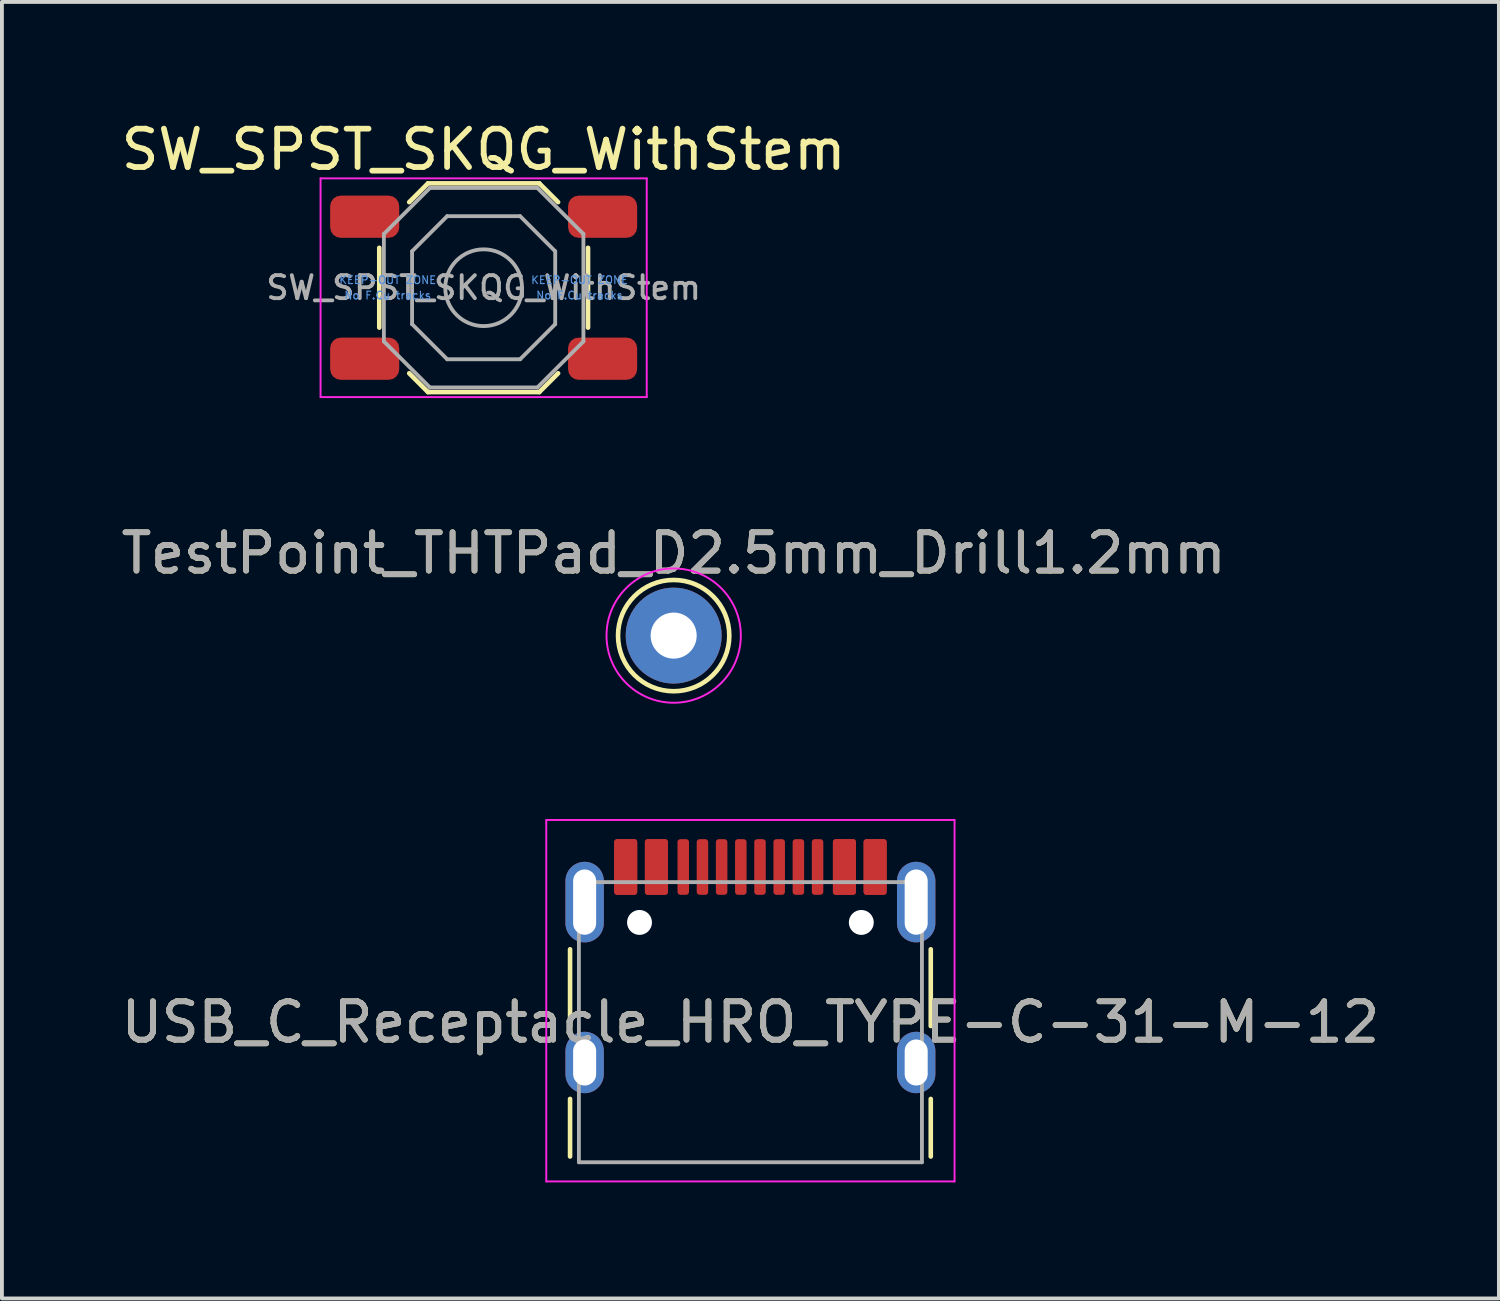
<source format=kicad_pcb>
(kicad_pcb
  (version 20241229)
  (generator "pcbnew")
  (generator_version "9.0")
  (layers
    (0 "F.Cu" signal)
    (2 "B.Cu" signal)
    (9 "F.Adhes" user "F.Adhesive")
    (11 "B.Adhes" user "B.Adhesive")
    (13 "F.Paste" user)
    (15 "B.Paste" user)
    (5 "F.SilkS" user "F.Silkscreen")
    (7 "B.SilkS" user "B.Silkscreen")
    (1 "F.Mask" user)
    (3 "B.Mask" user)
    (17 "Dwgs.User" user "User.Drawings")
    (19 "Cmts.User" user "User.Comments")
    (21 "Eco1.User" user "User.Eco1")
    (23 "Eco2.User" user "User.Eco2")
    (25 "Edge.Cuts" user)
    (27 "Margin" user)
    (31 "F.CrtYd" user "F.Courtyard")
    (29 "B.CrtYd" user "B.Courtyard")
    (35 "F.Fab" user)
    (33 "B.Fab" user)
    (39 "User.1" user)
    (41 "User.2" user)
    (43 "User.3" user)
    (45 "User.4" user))
  (footprint "SW_SPST_SKQG_WithStem"
    (layer "F.Cu")
    (at 9.554 4.448)
    (property "Reference" "SW_SPST_SKQG_WithStem" (at 0 -3.6 0) (layer "F.SilkS") (effects (font (size 1 1) (thickness 0.15))))
    (attr smd)
    (fp_line (start -2.72 1.04) (end -2.72 -1.04) (stroke (width 0.12) (type solid)) (layer "F.SilkS"))
    (fp_line (start -1.45 -2.72) (end -1.94 -2.23) (stroke (width 0.12) (type solid)) (layer "F.SilkS"))
    (fp_line (start -1.45 -2.72) (end 1.45 -2.72) (stroke (width 0.12) (type solid)) (layer "F.SilkS"))
    (fp_line (start -1.45 2.72) (end -1.94 2.23) (stroke (width 0.12) (type solid)) (layer "F.SilkS"))
    (fp_line (start -1.45 2.72) (end 1.45 2.72) (stroke (width 0.12) (type solid)) (layer "F.SilkS"))
    (fp_line (start 1.45 -2.72) (end 1.94 -2.23) (stroke (width 0.12) (type solid)) (layer "F.SilkS"))
    (fp_line (start 1.45 2.72) (end 1.94 2.23) (stroke (width 0.12) (type solid)) (layer "F.SilkS"))
    (fp_line (start 2.72 1.04) (end 2.72 -1.04) (stroke (width 0.12) (type solid)) (layer "F.SilkS"))
    (fp_line (start -4.25 -2.85) (end -4.25 2.85) (stroke (width 0.05) (type solid)) (layer "F.CrtYd"))
    (fp_line (start -4.25 2.85) (end 4.25 2.85) (stroke (width 0.05) (type solid)) (layer "F.CrtYd"))
    (fp_line (start 4.25 -2.85) (end -4.25 -2.85) (stroke (width 0.05) (type solid)) (layer "F.CrtYd"))
    (fp_line (start 4.25 2.85) (end 4.25 -2.85) (stroke (width 0.05) (type solid)) (layer "F.CrtYd"))
    (fp_line (start -2.6 -1.4) (end -1.4 -2.6) (stroke (width 0.1) (type solid)) (layer "F.Fab"))
    (fp_line (start -2.6 1.4) (end -2.6 -1.4) (stroke (width 0.1) (type solid)) (layer "F.Fab"))
    (fp_line (start -1.865 0.95) (end -1.865 -0.95) (stroke (width 0.1) (type solid)) (layer "F.Fab"))
    (fp_line (start -1.4 -2.6) (end 1.4 -2.6) (stroke (width 0.1) (type solid)) (layer "F.Fab"))
    (fp_line (start -1.4 2.6) (end -2.6 1.4) (stroke (width 0.1) (type solid)) (layer "F.Fab"))
    (fp_line (start -0.95 -1.865) (end -1.865 -0.95) (stroke (width 0.1) (type solid)) (layer "F.Fab"))
    (fp_line (start -0.95 -1.865) (end 0.95 -1.865) (stroke (width 0.1) (type solid)) (layer "F.Fab"))
    (fp_line (start -0.95 1.865) (end -1.865 0.95) (stroke (width 0.1) (type solid)) (layer "F.Fab"))
    (fp_line (start 0.95 -1.865) (end 1.865 -0.95) (stroke (width 0.1) (type solid)) (layer "F.Fab"))
    (fp_line (start 0.95 1.865) (end -0.95 1.865) (stroke (width 0.1) (type solid)) (layer "F.Fab"))
    (fp_line (start 0.95 1.865) (end 1.865 0.95) (stroke (width 0.1) (type solid)) (layer "F.Fab"))
    (fp_line (start 1.4 -2.6) (end 2.6 -1.4) (stroke (width 0.1) (type solid)) (layer "F.Fab"))
    (fp_line (start 1.4 2.6) (end -1.4 2.6) (stroke (width 0.1) (type solid)) (layer "F.Fab"))
    (fp_line (start 1.865 -0.95) (end 1.865 0.95) (stroke (width 0.1) (type solid)) (layer "F.Fab"))
    (fp_line (start 2.6 -1.4) (end 2.6 1.4) (stroke (width 0.1) (type solid)) (layer "F.Fab"))
    (fp_line (start 2.6 1.4) (end 1.4 2.6) (stroke (width 0.1) (type solid)) (layer "F.Fab"))
    (fp_circle (center 0 0) (end 1 0) (stroke (width 0.1) (type solid)) (fill no) (layer "F.Fab"))
    (fp_poly (pts (arc (start 4.541185 -2.255185) (mid 4.318 -2.794) (end 3.779185 -3.017185)) (arc (start -3.81 -3.017185) (mid -4.348815 -2.794) (end -4.572 -2.255185)) (arc (start -4.572 2.255185) (mid -4.348815 2.794) (end -3.81 3.017185)) (arc (start 3.779185 3.017185) (mid 4.318 2.794) (end 4.541185 2.255185))) (stroke (width 0.1) (type solid)) (fill no) (layer "User.4"))
    (fp_circle (center 0 0) (end 1.3 0) (stroke (width 0.1) (type default)) (fill no) (layer "User.6"))
    (fp_text user "No F.Cu tracks" (at -2.5 0.2 0) (layer "Cmts.User") (effects (font (size 0.2 0.2) (thickness 0.03))))
    (fp_text user "KEEP-OUT ZONE" (at -2.5 -0.2 0) (layer "Cmts.User") (effects (font (size 0.2 0.2) (thickness 0.03))))
    (fp_text user "No F.Cu tracks" (at 2.5 0.2 0) (layer "Cmts.User") (effects (font (size 0.2 0.2) (thickness 0.03))))
    (fp_text user "KEEP-OUT ZONE" (at 2.5 -0.2 0) (layer "Cmts.User") (effects (font (size 0.2 0.2) (thickness 0.03))))
    (fp_text user "${REFERENCE}" (at 0 0 0) (layer "F.Fab") (effects (font (size 0.6 0.6) (thickness 0.1) (bold yes))))
    (pad "1" smd roundrect (at -3.1 -1.85) (size 1.8 1.1) (layers "F.Cu" "F.Mask" "F.Paste") (roundrect_rratio 0.25))
    (pad "1" smd roundrect (at 3.1 -1.85) (size 1.8 1.1) (layers "F.Cu" "F.Mask" "F.Paste") (roundrect_rratio 0.25))
    (pad "2" smd roundrect (at -3.1 1.85) (size 1.8 1.1) (layers "F.Cu" "F.Mask" "F.Paste") (roundrect_rratio 0.25))
    (pad "2" smd roundrect (at 3.1 1.85) (size 1.8 1.1) (layers "F.Cu" "F.Mask" "F.Paste") (roundrect_rratio 0.25))
    (zone (net_name "") (layer "F.Cu") (hatch full 0.508) (connect_pads) (min_thickness 0.254) (filled_areas_thickness no) (keepout (tracks not_allowed) (vias not_allowed) (pads not_allowed) (copperpour not_allowed) (footprints not_allowed)) (placement (enabled no)) (fill) (polygon (pts (xy 5.554 3.148) (xy 8.554 3.148) (xy 8.554 5.748) (xy 5.554 5.748))))
    (zone (net_name "") (layer "F.Cu") (hatch full 0.508) (connect_pads) (min_thickness 0.254) (filled_areas_thickness no) (keepout (tracks not_allowed) (vias not_allowed) (pads not_allowed) (copperpour not_allowed) (footprints not_allowed)) (placement (enabled no)) (fill) (polygon (pts (xy 10.554 3.148) (xy 13.554 3.148) (xy 13.554 5.748) (xy 10.554 5.748)))))
  (footprint "TestPoint_THTPad_D2.5mm_Drill1.2mm"
    (layer "F.Cu")
    (at 14.506 13.514)
    (property "Reference" "TestPoint_THTPad_D2.5mm_Drill1.2mm" (at 0 -2.148 0) (layer "F.SilkS") (effects (font (size 1 1) (thickness 0.15))))
    (attr exclude_from_pos_files exclude_from_bom)
    (fp_circle (center 0 0) (end 0 1.45) (stroke (width 0.12) (type solid)) (fill no) (layer "F.SilkS"))
    (fp_circle (center 0 0) (end 1.75 0) (stroke (width 0.05) (type solid)) (fill no) (layer "F.CrtYd"))
    (fp_circle (center 0 0) (end 1.45 0) (stroke (width 0.12) (type solid)) (fill no) (layer "User.2"))
    (fp_text user "${REFERENCE}" (at 0 -2.15 0) (layer "F.Fab") (effects (font (size 1 1) (thickness 0.15))))
    (pad "1" thru_hole circle (at 0 0) (size 2.5 2.5) (drill 1.2) (layers "*.Cu" "*.Mask")))
  (footprint "USB_C_Receptacle_HRO_TYPE-C-31-M-12"
    (layer "F.Cu")
    (at 16.506 23.589)
    (property "Reference" "USB_C_Receptacle_HRO_TYPE-C-31-M-12" (at 0 0 0) (layer "F.SilkS") (effects (font (size 1 1) (thickness 0.15))))
    (attr smd)
    (fp_line (start -4.7 -1.9) (end -4.7 0.1) (stroke (width 0.12) (type solid)) (layer "F.SilkS"))
    (fp_line (start -4.7 2) (end -4.7 3.5) (stroke (width 0.12) (type solid)) (layer "F.SilkS"))
    (fp_line (start 4.7 -1.9) (end 4.7 0.1) (stroke (width 0.12) (type solid)) (layer "F.SilkS"))
    (fp_line (start 4.7 2) (end 4.7 3.5) (stroke (width 0.12) (type solid)) (layer "F.SilkS"))
    (fp_line (start -5.32 -5.27) (end -5.32 4.15) (stroke (width 0.05) (type solid)) (layer "F.CrtYd"))
    (fp_line (start -5.32 -5.27) (end 5.32 -5.27) (stroke (width 0.05) (type solid)) (layer "F.CrtYd"))
    (fp_line (start -5.32 4.15) (end 5.32 4.15) (stroke (width 0.05) (type solid)) (layer "F.CrtYd"))
    (fp_line (start 5.32 -5.27) (end 5.32 4.15) (stroke (width 0.05) (type solid)) (layer "F.CrtYd"))
    (fp_line (start -4.47 -3.65) (end -4.47 3.65) (stroke (width 0.1) (type solid)) (layer "F.Fab"))
    (fp_line (start -4.47 -3.65) (end 4.47 -3.65) (stroke (width 0.1) (type solid)) (layer "F.Fab"))
    (fp_line (start -4.47 3.65) (end 4.47 3.65) (stroke (width 0.1) (type solid)) (layer "F.Fab"))
    (fp_line (start 4.47 -3.65) (end 4.47 3.65) (stroke (width 0.1) (type solid)) (layer "F.Fab"))
    (fp_poly (pts (xy 4 -3) (xy -4 -3) (arc (start -4 -4.25) (mid -3.707107 -4.957107) (end -3 -5.25)) (arc (start 3 -5.25) (mid 3.707107 -4.957107) (end 4 -4.25))) (stroke (width 0.1) (type solid)) (fill no) (layer "User.4"))
    (fp_poly (pts (arc (start -4 -4.48) (mid -4.707107 -4.187107) (end -5 -3.48)) (arc (start -5 -2.485234) (mid -4.983089 -2.385932) (end -4.934261 -2.297826)) (arc (start -4.66574 -1.962174) (mid -4.616912 -1.874068) (end -4.6 -1.774766)) (arc (start -4.6 -0.055234) (mid -4.616911 0.044068) (end -4.665739 0.132174)) (arc (start -4.93426 0.467826) (mid -4.983088 0.555932) (end -5 0.655234)) (arc (start -5 1.444766) (mid -4.983088 1.544068) (end -4.93426 1.632174)) (arc (start -4.665739 1.967826) (mid -4.616911 2.055932) (end -4.6 2.155234)) (xy -4.6 4.15) (xy 4.6 4.15) (arc (start 4.6 2.155234) (mid 4.616911 2.055932) (end 4.665739 1.967826)) (arc (start 4.93426 1.632174) (mid 4.983088 1.544068) (end 5 1.444766)) (arc (start 5 0.655234) (mid 4.983088 0.555932) (end 4.93426 0.467826)) (arc (start 4.665739 0.132174) (mid 4.616911 0.044068) (end 4.6 -0.055234)) (arc (start 4.6 -1.774766) (mid 4.616912 -1.874068) (end 4.66574 -1.962174)) (arc (start 4.934261 -2.297826) (mid 4.983099 -2.385927) (end 5 -2.485234)) (arc (start 5 -3.48) (mid 4.707107 -4.187107) (end 4 -4.48))) (stroke (width 0.1) (type solid)) (fill no) (layer "User.6"))
    (fp_text user "${REFERENCE}" (at 0 0 0) (layer "F.Fab") (effects (font (size 1 1) (thickness 0.15))))
    (pad "" np_thru_hole circle (at -2.89 -2.6) (size 0.65 0.65) (drill 0.65) (layers "*.Cu" "*.Mask"))
    (pad "" np_thru_hole circle (at 2.89 -2.6) (size 0.65 0.65) (drill 0.65) (layers "*.Cu" "*.Mask"))
    (pad "A1" smd roundrect (at -3.25 -4.045) (size 0.6 1.45) (layers "F.Cu" "F.Mask" "F.Paste") (roundrect_rratio 0.125))
    (pad "A4" smd roundrect (at -2.45 -4.045) (size 0.6 1.45) (layers "F.Cu" "F.Mask" "F.Paste") (roundrect_rratio 0.125))
    (pad "A5" smd roundrect (at -1.25 -4.045) (size 0.3 1.45) (layers "F.Cu" "F.Mask" "F.Paste") (roundrect_rratio 0.25))
    (pad "A6" smd roundrect (at -0.25 -4.045) (size 0.3 1.45) (layers "F.Cu" "F.Mask" "F.Paste") (roundrect_rratio 0.25))
    (pad "A7" smd roundrect (at 0.25 -4.045) (size 0.3 1.45) (layers "F.Cu" "F.Mask" "F.Paste") (roundrect_rratio 0.25))
    (pad "A8" smd roundrect (at 1.25 -4.045) (size 0.3 1.45) (layers "F.Cu" "F.Mask" "F.Paste") (roundrect_rratio 0.25))
    (pad "A9" smd roundrect (at 2.45 -4.045) (size 0.6 1.45) (layers "F.Cu" "F.Mask" "F.Paste") (roundrect_rratio 0.125))
    (pad "A12" smd roundrect (at 3.25 -4.045) (size 0.6 1.45) (layers "F.Cu" "F.Mask" "F.Paste") (roundrect_rratio 0.125))
    (pad "B1" smd roundrect (at 3.25 -4.045) (size 0.6 1.45) (layers "F.Cu" "F.Mask" "F.Paste") (roundrect_rratio 0.125))
    (pad "B4" smd roundrect (at 2.45 -4.045) (size 0.6 1.45) (layers "F.Cu" "F.Mask" "F.Paste") (roundrect_rratio 0.125))
    (pad "B5" smd roundrect (at 1.75 -4.045) (size 0.3 1.45) (layers "F.Cu" "F.Mask" "F.Paste") (roundrect_rratio 0.25))
    (pad "B6" smd roundrect (at 0.75 -4.045) (size 0.3 1.45) (layers "F.Cu" "F.Mask" "F.Paste") (roundrect_rratio 0.25))
    (pad "B7" smd roundrect (at -0.75 -4.045) (size 0.3 1.45) (layers "F.Cu" "F.Mask" "F.Paste") (roundrect_rratio 0.25))
    (pad "B8" smd roundrect (at -1.75 -4.045) (size 0.3 1.45) (layers "F.Cu" "F.Mask" "F.Paste") (roundrect_rratio 0.25))
    (pad "B9" smd roundrect (at -2.45 -4.045) (size 0.6 1.45) (layers "F.Cu" "F.Mask" "F.Paste") (roundrect_rratio 0.125))
    (pad "B12" smd roundrect (at -3.25 -4.045) (size 0.6 1.45) (layers "F.Cu" "F.Mask" "F.Paste") (roundrect_rratio 0.125))
    (pad "S1" thru_hole oval (at 4.32 -3.13) (size 1 2.1) (drill oval 0.6 1.7) (layers "*.Cu" "*.Mask"))
    (pad "S2" thru_hole oval (at -4.32 -3.13) (size 1 2.1) (drill oval 0.6 1.7) (layers "*.Cu" "*.Mask"))
    (pad "S3" thru_hole oval (at -4.32 1.05) (size 1 1.6) (drill oval 0.6 1.2) (layers "*.Cu" "*.Mask"))
    (pad "S4" thru_hole oval (at 4.32 1.05) (size 1 1.6) (drill oval 0.6 1.2) (layers "*.Cu" "*.Mask")))
  (gr_rect
    (start -3 -3)
    (end 36.012 30.789)
    (stroke (width 0.1) (type default))
    (fill no)
    (layer "Edge.Cuts")))
</source>
